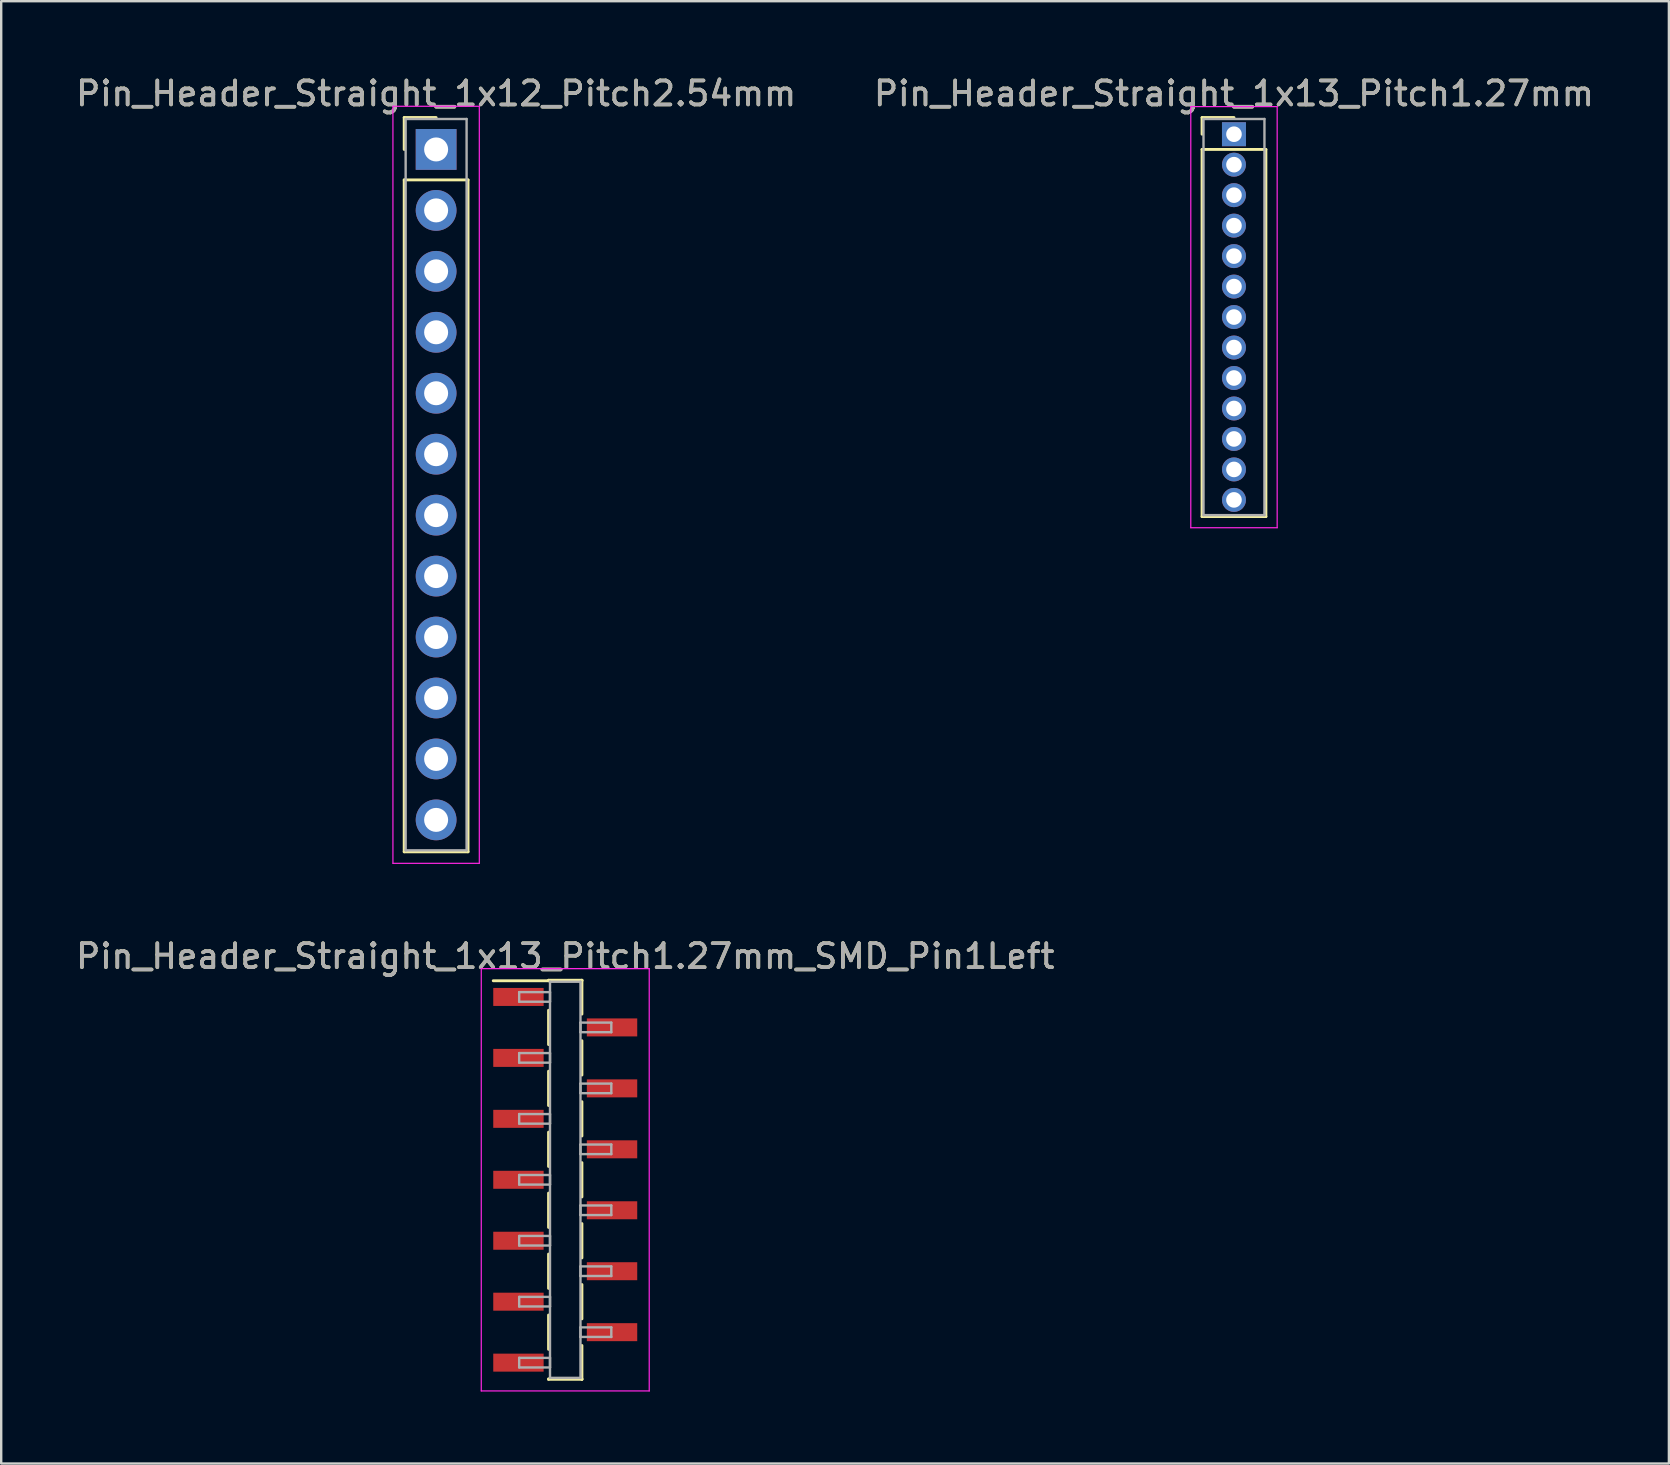
<source format=kicad_pcb>
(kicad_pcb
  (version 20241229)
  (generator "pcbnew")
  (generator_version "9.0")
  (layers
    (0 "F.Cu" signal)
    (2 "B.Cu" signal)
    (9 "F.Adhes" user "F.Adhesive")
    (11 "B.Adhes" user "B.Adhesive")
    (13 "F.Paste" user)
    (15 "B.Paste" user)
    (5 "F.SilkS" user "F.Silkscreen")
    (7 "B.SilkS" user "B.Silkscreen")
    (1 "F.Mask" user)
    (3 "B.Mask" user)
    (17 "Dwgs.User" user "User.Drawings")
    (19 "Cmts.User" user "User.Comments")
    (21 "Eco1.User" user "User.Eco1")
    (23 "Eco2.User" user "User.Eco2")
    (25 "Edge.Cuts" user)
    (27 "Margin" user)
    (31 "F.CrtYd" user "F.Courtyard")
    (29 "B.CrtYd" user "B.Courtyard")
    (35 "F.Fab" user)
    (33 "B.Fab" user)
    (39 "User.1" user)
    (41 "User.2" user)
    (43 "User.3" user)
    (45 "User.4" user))
  (footprint "Pin_Header_Straight_1x13_Pitch1.27mm_SMD_Pin1Left"
    (layer "F.Cu")
    (at 20.506 46.117)
    (property "Reference" "Pin_Header_Straight_1x13_Pitch1.27mm_SMD_Pin1Left" (at 0 -9.315 0) (layer "F.SilkS") (effects (font (size 1 1) (thickness 0.15))))
    (attr smd)
    (fp_line (start -0.695 -8.315) (end 0.695 -8.315) (stroke (width 0.12) (type solid)) (layer "F.SilkS"))
    (fp_line (start -0.695 -8.295) (end -3 -8.295) (stroke (width 0.12) (type solid)) (layer "F.SilkS"))
    (fp_line (start -0.695 -8.295) (end -0.695 -8.315) (stroke (width 0.12) (type solid)) (layer "F.SilkS"))
    (fp_line (start -0.695 -7.065) (end -0.695 -5.635) (stroke (width 0.12) (type solid)) (layer "F.SilkS"))
    (fp_line (start -0.695 -4.525) (end -0.695 -3.095) (stroke (width 0.12) (type solid)) (layer "F.SilkS"))
    (fp_line (start -0.695 -1.985) (end -0.695 -0.555) (stroke (width 0.12) (type solid)) (layer "F.SilkS"))
    (fp_line (start -0.695 0.555) (end -0.695 1.985) (stroke (width 0.12) (type solid)) (layer "F.SilkS"))
    (fp_line (start -0.695 3.095) (end -0.695 4.525) (stroke (width 0.12) (type solid)) (layer "F.SilkS"))
    (fp_line (start -0.695 5.635) (end -0.695 7.065) (stroke (width 0.12) (type solid)) (layer "F.SilkS"))
    (fp_line (start -0.695 8.295) (end -0.695 8.315) (stroke (width 0.12) (type solid)) (layer "F.SilkS"))
    (fp_line (start -0.695 8.315) (end 0.695 8.315) (stroke (width 0.12) (type solid)) (layer "F.SilkS"))
    (fp_line (start 0.695 -8.315) (end 0.695 -8.295) (stroke (width 0.12) (type solid)) (layer "F.SilkS"))
    (fp_line (start 0.695 -8.315) (end 0.695 -6.905) (stroke (width 0.12) (type solid)) (layer "F.SilkS"))
    (fp_line (start 0.695 -5.795) (end 0.695 -4.365) (stroke (width 0.12) (type solid)) (layer "F.SilkS"))
    (fp_line (start 0.695 -3.255) (end 0.695 -1.825) (stroke (width 0.12) (type solid)) (layer "F.SilkS"))
    (fp_line (start 0.695 -0.715) (end 0.695 0.715) (stroke (width 0.12) (type solid)) (layer "F.SilkS"))
    (fp_line (start 0.695 1.825) (end 0.695 3.255) (stroke (width 0.12) (type solid)) (layer "F.SilkS"))
    (fp_line (start 0.695 4.365) (end 0.695 5.795) (stroke (width 0.12) (type solid)) (layer "F.SilkS"))
    (fp_line (start 0.695 6.905) (end 0.695 8.315) (stroke (width 0.12) (type solid)) (layer "F.SilkS"))
    (fp_line (start 0.695 8.315) (end 0.695 8.295) (stroke (width 0.12) (type solid)) (layer "F.SilkS"))
    (fp_line (start -3.5 -8.8) (end -3.5 8.8) (stroke (width 0.05) (type solid)) (layer "F.CrtYd"))
    (fp_line (start -3.5 8.8) (end 3.5 8.8) (stroke (width 0.05) (type solid)) (layer "F.CrtYd"))
    (fp_line (start 3.5 -8.8) (end -3.5 -8.8) (stroke (width 0.05) (type solid)) (layer "F.CrtYd"))
    (fp_line (start 3.5 8.8) (end 3.5 -8.8) (stroke (width 0.05) (type solid)) (layer "F.CrtYd"))
    (fp_line (start -1.92 -7.82) (end -0.635 -7.82) (stroke (width 0.1) (type solid)) (layer "F.Fab"))
    (fp_line (start -1.92 -7.42) (end -1.92 -7.82) (stroke (width 0.1) (type solid)) (layer "F.Fab"))
    (fp_line (start -1.92 -5.28) (end -0.635 -5.28) (stroke (width 0.1) (type solid)) (layer "F.Fab"))
    (fp_line (start -1.92 -4.88) (end -1.92 -5.28) (stroke (width 0.1) (type solid)) (layer "F.Fab"))
    (fp_line (start -1.92 -2.74) (end -0.635 -2.74) (stroke (width 0.1) (type solid)) (layer "F.Fab"))
    (fp_line (start -1.92 -2.34) (end -1.92 -2.74) (stroke (width 0.1) (type solid)) (layer "F.Fab"))
    (fp_line (start -1.92 -0.2) (end -0.635 -0.2) (stroke (width 0.1) (type solid)) (layer "F.Fab"))
    (fp_line (start -1.92 0.2) (end -1.92 -0.2) (stroke (width 0.1) (type solid)) (layer "F.Fab"))
    (fp_line (start -1.92 2.34) (end -0.635 2.34) (stroke (width 0.1) (type solid)) (layer "F.Fab"))
    (fp_line (start -1.92 2.74) (end -1.92 2.34) (stroke (width 0.1) (type solid)) (layer "F.Fab"))
    (fp_line (start -1.92 4.88) (end -0.635 4.88) (stroke (width 0.1) (type solid)) (layer "F.Fab"))
    (fp_line (start -1.92 5.28) (end -1.92 4.88) (stroke (width 0.1) (type solid)) (layer "F.Fab"))
    (fp_line (start -1.92 7.42) (end -0.635 7.42) (stroke (width 0.1) (type solid)) (layer "F.Fab"))
    (fp_line (start -1.92 7.82) (end -1.92 7.42) (stroke (width 0.1) (type solid)) (layer "F.Fab"))
    (fp_line (start -0.635 -8.255) (end -0.635 8.255) (stroke (width 0.1) (type solid)) (layer "F.Fab"))
    (fp_line (start -0.635 -7.82) (end -0.635 -7.42) (stroke (width 0.1) (type solid)) (layer "F.Fab"))
    (fp_line (start -0.635 -7.42) (end -1.92 -7.42) (stroke (width 0.1) (type solid)) (layer "F.Fab"))
    (fp_line (start -0.635 -5.28) (end -0.635 -4.88) (stroke (width 0.1) (type solid)) (layer "F.Fab"))
    (fp_line (start -0.635 -4.88) (end -1.92 -4.88) (stroke (width 0.1) (type solid)) (layer "F.Fab"))
    (fp_line (start -0.635 -2.74) (end -0.635 -2.34) (stroke (width 0.1) (type solid)) (layer "F.Fab"))
    (fp_line (start -0.635 -2.34) (end -1.92 -2.34) (stroke (width 0.1) (type solid)) (layer "F.Fab"))
    (fp_line (start -0.635 -0.2) (end -0.635 0.2) (stroke (width 0.1) (type solid)) (layer "F.Fab"))
    (fp_line (start -0.635 0.2) (end -1.92 0.2) (stroke (width 0.1) (type solid)) (layer "F.Fab"))
    (fp_line (start -0.635 2.34) (end -0.635 2.74) (stroke (width 0.1) (type solid)) (layer "F.Fab"))
    (fp_line (start -0.635 2.74) (end -1.92 2.74) (stroke (width 0.1) (type solid)) (layer "F.Fab"))
    (fp_line (start -0.635 4.88) (end -0.635 5.28) (stroke (width 0.1) (type solid)) (layer "F.Fab"))
    (fp_line (start -0.635 5.28) (end -1.92 5.28) (stroke (width 0.1) (type solid)) (layer "F.Fab"))
    (fp_line (start -0.635 7.42) (end -0.635 7.82) (stroke (width 0.1) (type solid)) (layer "F.Fab"))
    (fp_line (start -0.635 7.82) (end -1.92 7.82) (stroke (width 0.1) (type solid)) (layer "F.Fab"))
    (fp_line (start -0.635 8.255) (end 0.635 8.255) (stroke (width 0.1) (type solid)) (layer "F.Fab"))
    (fp_line (start 0.635 -8.255) (end -0.635 -8.255) (stroke (width 0.1) (type solid)) (layer "F.Fab"))
    (fp_line (start 0.635 -6.55) (end 0.635 -6.15) (stroke (width 0.1) (type solid)) (layer "F.Fab"))
    (fp_line (start 0.635 -6.15) (end 1.92 -6.15) (stroke (width 0.1) (type solid)) (layer "F.Fab"))
    (fp_line (start 0.635 -4.01) (end 0.635 -3.61) (stroke (width 0.1) (type solid)) (layer "F.Fab"))
    (fp_line (start 0.635 -3.61) (end 1.92 -3.61) (stroke (width 0.1) (type solid)) (layer "F.Fab"))
    (fp_line (start 0.635 -1.47) (end 0.635 -1.07) (stroke (width 0.1) (type solid)) (layer "F.Fab"))
    (fp_line (start 0.635 -1.07) (end 1.92 -1.07) (stroke (width 0.1) (type solid)) (layer "F.Fab"))
    (fp_line (start 0.635 1.07) (end 0.635 1.47) (stroke (width 0.1) (type solid)) (layer "F.Fab"))
    (fp_line (start 0.635 1.47) (end 1.92 1.47) (stroke (width 0.1) (type solid)) (layer "F.Fab"))
    (fp_line (start 0.635 3.61) (end 0.635 4.01) (stroke (width 0.1) (type solid)) (layer "F.Fab"))
    (fp_line (start 0.635 4.01) (end 1.92 4.01) (stroke (width 0.1) (type solid)) (layer "F.Fab"))
    (fp_line (start 0.635 6.15) (end 0.635 6.55) (stroke (width 0.1) (type solid)) (layer "F.Fab"))
    (fp_line (start 0.635 6.55) (end 1.92 6.55) (stroke (width 0.1) (type solid)) (layer "F.Fab"))
    (fp_line (start 0.635 8.255) (end 0.635 -8.255) (stroke (width 0.1) (type solid)) (layer "F.Fab"))
    (fp_line (start 1.92 -6.55) (end 0.635 -6.55) (stroke (width 0.1) (type solid)) (layer "F.Fab"))
    (fp_line (start 1.92 -6.15) (end 1.92 -6.55) (stroke (width 0.1) (type solid)) (layer "F.Fab"))
    (fp_line (start 1.92 -4.01) (end 0.635 -4.01) (stroke (width 0.1) (type solid)) (layer "F.Fab"))
    (fp_line (start 1.92 -3.61) (end 1.92 -4.01) (stroke (width 0.1) (type solid)) (layer "F.Fab"))
    (fp_line (start 1.92 -1.47) (end 0.635 -1.47) (stroke (width 0.1) (type solid)) (layer "F.Fab"))
    (fp_line (start 1.92 -1.07) (end 1.92 -1.47) (stroke (width 0.1) (type solid)) (layer "F.Fab"))
    (fp_line (start 1.92 1.07) (end 0.635 1.07) (stroke (width 0.1) (type solid)) (layer "F.Fab"))
    (fp_line (start 1.92 1.47) (end 1.92 1.07) (stroke (width 0.1) (type solid)) (layer "F.Fab"))
    (fp_line (start 1.92 3.61) (end 0.635 3.61) (stroke (width 0.1) (type solid)) (layer "F.Fab"))
    (fp_line (start 1.92 4.01) (end 1.92 3.61) (stroke (width 0.1) (type solid)) (layer "F.Fab"))
    (fp_line (start 1.92 6.15) (end 0.635 6.15) (stroke (width 0.1) (type solid)) (layer "F.Fab"))
    (fp_line (start 1.92 6.55) (end 1.92 6.15) (stroke (width 0.1) (type solid)) (layer "F.Fab"))
    (fp_text user "${REFERENCE}" (at 0 -9.315 0) (layer "F.Fab") (effects (font (size 1 1) (thickness 0.15))))
    (pad "1" smd rect (at -1.95 -7.62) (size 2.1 0.75) (layers "F.Cu" "F.Mask" "F.Paste"))
    (pad "2" smd rect (at 1.95 -6.35) (size 2.1 0.75) (layers "F.Cu" "F.Mask" "F.Paste"))
    (pad "3" smd rect (at -1.95 -5.08) (size 2.1 0.75) (layers "F.Cu" "F.Mask" "F.Paste"))
    (pad "4" smd rect (at 1.95 -3.81) (size 2.1 0.75) (layers "F.Cu" "F.Mask" "F.Paste"))
    (pad "5" smd rect (at -1.95 -2.54) (size 2.1 0.75) (layers "F.Cu" "F.Mask" "F.Paste"))
    (pad "6" smd rect (at 1.95 -1.27) (size 2.1 0.75) (layers "F.Cu" "F.Mask" "F.Paste"))
    (pad "7" smd rect (at -1.95 0) (size 2.1 0.75) (layers "F.Cu" "F.Mask" "F.Paste"))
    (pad "8" smd rect (at 1.95 1.27) (size 2.1 0.75) (layers "F.Cu" "F.Mask" "F.Paste"))
    (pad "9" smd rect (at -1.95 2.54) (size 2.1 0.75) (layers "F.Cu" "F.Mask" "F.Paste"))
    (pad "10" smd rect (at 1.95 3.81) (size 2.1 0.75) (layers "F.Cu" "F.Mask" "F.Paste"))
    (pad "11" smd rect (at -1.95 5.08) (size 2.1 0.75) (layers "F.Cu" "F.Mask" "F.Paste"))
    (pad "12" smd rect (at 1.95 6.35) (size 2.1 0.75) (layers "F.Cu" "F.Mask" "F.Paste"))
    (pad "13" smd rect (at -1.95 7.62) (size 2.1 0.75) (layers "F.Cu" "F.Mask" "F.Paste")))
  (footprint "Pin_Header_Straight_1x13_Pitch1.27mm"
    (layer "F.Cu")
    (at 48.375 2.543)
    (property "Reference" "Pin_Header_Straight_1x13_Pitch1.27mm" (at 0 -1.695 0) (layer "F.SilkS") (effects (font (size 1 1) (thickness 0.15))))
    (attr through_hole)
    (fp_line (start -1.33 -0.695) (end 0 -0.695) (stroke (width 0.12) (type solid)) (layer "F.SilkS"))
    (fp_line (start -1.33 0) (end -1.33 -0.695) (stroke (width 0.12) (type solid)) (layer "F.SilkS"))
    (fp_line (start -1.33 0.635) (end -1.33 15.935) (stroke (width 0.12) (type solid)) (layer "F.SilkS"))
    (fp_line (start -1.33 15.935) (end 1.33 15.935) (stroke (width 0.12) (type solid)) (layer "F.SilkS"))
    (fp_line (start 1.33 0.635) (end -1.33 0.635) (stroke (width 0.12) (type solid)) (layer "F.SilkS"))
    (fp_line (start 1.33 15.935) (end 1.33 0.635) (stroke (width 0.12) (type solid)) (layer "F.SilkS"))
    (fp_line (start -1.8 -1.15) (end -1.8 16.4) (stroke (width 0.05) (type solid)) (layer "F.CrtYd"))
    (fp_line (start -1.8 16.4) (end 1.8 16.4) (stroke (width 0.05) (type solid)) (layer "F.CrtYd"))
    (fp_line (start 1.8 -1.15) (end -1.8 -1.15) (stroke (width 0.05) (type solid)) (layer "F.CrtYd"))
    (fp_line (start 1.8 16.4) (end 1.8 -1.15) (stroke (width 0.05) (type solid)) (layer "F.CrtYd"))
    (fp_line (start -1.27 -0.635) (end -1.27 15.875) (stroke (width 0.1) (type solid)) (layer "F.Fab"))
    (fp_line (start -1.27 15.875) (end 1.27 15.875) (stroke (width 0.1) (type solid)) (layer "F.Fab"))
    (fp_line (start 1.27 -0.635) (end -1.27 -0.635) (stroke (width 0.1) (type solid)) (layer "F.Fab"))
    (fp_line (start 1.27 15.875) (end 1.27 -0.635) (stroke (width 0.1) (type solid)) (layer "F.Fab"))
    (fp_text user "${REFERENCE}" (at 0 -1.695 0) (layer "F.Fab") (effects (font (size 1 1) (thickness 0.15))))
    (pad "1" thru_hole rect (at 0 0) (size 1 1) (drill 0.65) (layers "*.Cu" "*.Mask"))
    (pad "2" thru_hole oval (at 0 1.27) (size 1 1) (drill 0.65) (layers "*.Cu" "*.Mask"))
    (pad "3" thru_hole oval (at 0 2.54) (size 1 1) (drill 0.65) (layers "*.Cu" "*.Mask"))
    (pad "4" thru_hole oval (at 0 3.81) (size 1 1) (drill 0.65) (layers "*.Cu" "*.Mask"))
    (pad "5" thru_hole oval (at 0 5.08) (size 1 1) (drill 0.65) (layers "*.Cu" "*.Mask"))
    (pad "6" thru_hole oval (at 0 6.35) (size 1 1) (drill 0.65) (layers "*.Cu" "*.Mask"))
    (pad "7" thru_hole oval (at 0 7.62) (size 1 1) (drill 0.65) (layers "*.Cu" "*.Mask"))
    (pad "8" thru_hole oval (at 0 8.89) (size 1 1) (drill 0.65) (layers "*.Cu" "*.Mask"))
    (pad "9" thru_hole oval (at 0 10.16) (size 1 1) (drill 0.65) (layers "*.Cu" "*.Mask"))
    (pad "10" thru_hole oval (at 0 11.43) (size 1 1) (drill 0.65) (layers "*.Cu" "*.Mask"))
    (pad "11" thru_hole oval (at 0 12.7) (size 1 1) (drill 0.65) (layers "*.Cu" "*.Mask"))
    (pad "12" thru_hole oval (at 0 13.97) (size 1 1) (drill 0.65) (layers "*.Cu" "*.Mask"))
    (pad "13" thru_hole oval (at 0 15.24) (size 1 1) (drill 0.65) (layers "*.Cu" "*.Mask")))
  (footprint "Pin_Header_Straight_1x12_Pitch2.54mm"
    (layer "F.Cu")
    (at 15.125 3.178)
    (property "Reference" "Pin_Header_Straight_1x12_Pitch2.54mm" (at 0 -2.33 0) (layer "F.SilkS") (effects (font (size 1 1) (thickness 0.15))))
    (attr through_hole)
    (fp_line (start -1.33 -1.33) (end 0 -1.33) (stroke (width 0.12) (type solid)) (layer "F.SilkS"))
    (fp_line (start -1.33 0) (end -1.33 -1.33) (stroke (width 0.12) (type solid)) (layer "F.SilkS"))
    (fp_line (start -1.33 1.27) (end -1.33 29.27) (stroke (width 0.12) (type solid)) (layer "F.SilkS"))
    (fp_line (start -1.33 29.27) (end 1.33 29.27) (stroke (width 0.12) (type solid)) (layer "F.SilkS"))
    (fp_line (start 1.33 1.27) (end -1.33 1.27) (stroke (width 0.12) (type solid)) (layer "F.SilkS"))
    (fp_line (start 1.33 29.27) (end 1.33 1.27) (stroke (width 0.12) (type solid)) (layer "F.SilkS"))
    (fp_line (start -1.8 -1.8) (end -1.8 29.75) (stroke (width 0.05) (type solid)) (layer "F.CrtYd"))
    (fp_line (start -1.8 29.75) (end 1.8 29.75) (stroke (width 0.05) (type solid)) (layer "F.CrtYd"))
    (fp_line (start 1.8 -1.8) (end -1.8 -1.8) (stroke (width 0.05) (type solid)) (layer "F.CrtYd"))
    (fp_line (start 1.8 29.75) (end 1.8 -1.8) (stroke (width 0.05) (type solid)) (layer "F.CrtYd"))
    (fp_line (start -1.27 -1.27) (end -1.27 29.21) (stroke (width 0.1) (type solid)) (layer "F.Fab"))
    (fp_line (start -1.27 29.21) (end 1.27 29.21) (stroke (width 0.1) (type solid)) (layer "F.Fab"))
    (fp_line (start 1.27 -1.27) (end -1.27 -1.27) (stroke (width 0.1) (type solid)) (layer "F.Fab"))
    (fp_line (start 1.27 29.21) (end 1.27 -1.27) (stroke (width 0.1) (type solid)) (layer "F.Fab"))
    (fp_text user "${REFERENCE}" (at 0 -2.33 0) (layer "F.Fab") (effects (font (size 1 1) (thickness 0.15))))
    (pad "1" thru_hole rect (at 0 0) (size 1.7 1.7) (drill 1) (layers "*.Cu" "*.Mask"))
    (pad "2" thru_hole oval (at 0 2.54) (size 1.7 1.7) (drill 1) (layers "*.Cu" "*.Mask"))
    (pad "3" thru_hole oval (at 0 5.08) (size 1.7 1.7) (drill 1) (layers "*.Cu" "*.Mask"))
    (pad "4" thru_hole oval (at 0 7.62) (size 1.7 1.7) (drill 1) (layers "*.Cu" "*.Mask"))
    (pad "5" thru_hole oval (at 0 10.16) (size 1.7 1.7) (drill 1) (layers "*.Cu" "*.Mask"))
    (pad "6" thru_hole oval (at 0 12.7) (size 1.7 1.7) (drill 1) (layers "*.Cu" "*.Mask"))
    (pad "7" thru_hole oval (at 0 15.24) (size 1.7 1.7) (drill 1) (layers "*.Cu" "*.Mask"))
    (pad "8" thru_hole oval (at 0 17.78) (size 1.7 1.7) (drill 1) (layers "*.Cu" "*.Mask"))
    (pad "9" thru_hole oval (at 0 20.32) (size 1.7 1.7) (drill 1) (layers "*.Cu" "*.Mask"))
    (pad "10" thru_hole oval (at 0 22.86) (size 1.7 1.7) (drill 1) (layers "*.Cu" "*.Mask"))
    (pad "11" thru_hole oval (at 0 25.4) (size 1.7 1.7) (drill 1) (layers "*.Cu" "*.Mask"))
    (pad "12" thru_hole oval (at 0 27.94) (size 1.7 1.7) (drill 1) (layers "*.Cu" "*.Mask")))
  (gr_rect
    (start -3 -3)
    (end 66.5 57.941)
    (stroke (width 0.1) (type default))
    (fill no)
    (layer "Edge.Cuts")))
</source>
